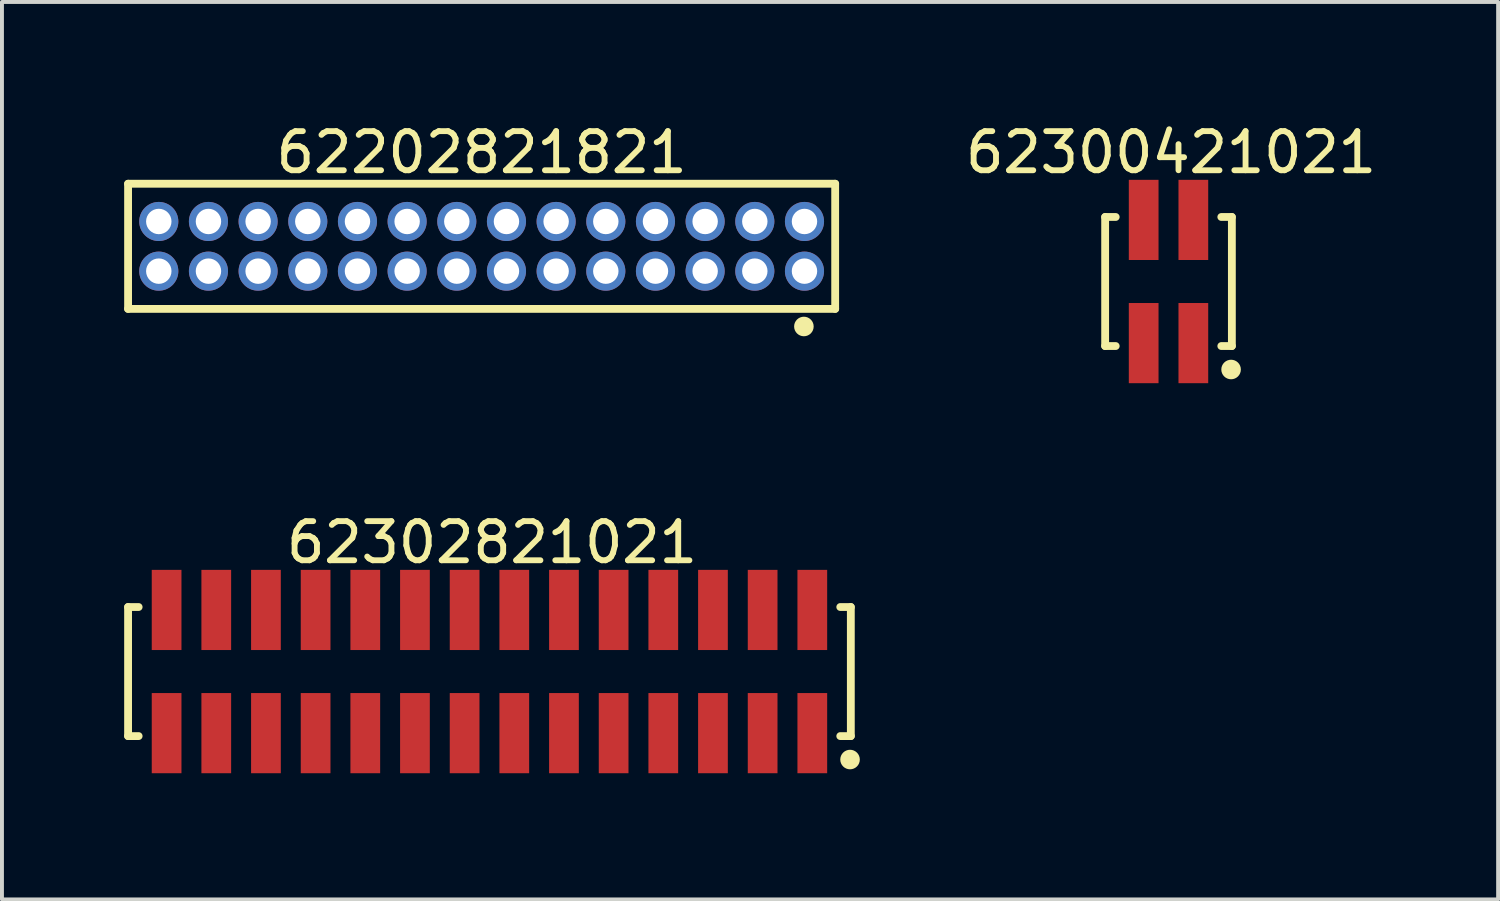
<source format=kicad_pcb>
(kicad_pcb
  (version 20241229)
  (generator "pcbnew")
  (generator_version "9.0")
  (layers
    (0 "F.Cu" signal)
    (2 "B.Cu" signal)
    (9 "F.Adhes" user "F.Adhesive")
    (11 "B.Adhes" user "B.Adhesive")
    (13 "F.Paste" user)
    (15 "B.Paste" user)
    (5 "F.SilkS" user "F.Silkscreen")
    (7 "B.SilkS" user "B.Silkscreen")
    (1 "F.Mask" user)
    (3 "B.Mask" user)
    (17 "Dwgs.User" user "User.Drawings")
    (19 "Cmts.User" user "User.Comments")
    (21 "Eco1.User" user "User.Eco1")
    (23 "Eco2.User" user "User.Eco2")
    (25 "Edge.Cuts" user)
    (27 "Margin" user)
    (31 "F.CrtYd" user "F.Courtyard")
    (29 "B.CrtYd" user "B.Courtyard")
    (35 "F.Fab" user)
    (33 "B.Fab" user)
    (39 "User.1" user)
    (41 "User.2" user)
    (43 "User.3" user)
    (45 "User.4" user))
  (footprint "62302821021"
    (layer "F.Cu")
    (at 9.465 14.121)
    (property "Reference" "62302821021" (at 0.065 -3.3 0) (layer "F.SilkS") (effects (font (size 1 1) (thickness 0.15))))
    (fp_line (start -9.24 -1.65) (end -8.97 -1.65) (stroke (width 0.2) (type solid)) (layer "F.SilkS"))
    (fp_line (start -9.24 1.65) (end -9.24 -1.65) (stroke (width 0.2) (type solid)) (layer "F.SilkS"))
    (fp_line (start -9.24 1.65) (end -8.97 1.65) (stroke (width 0.2) (type solid)) (layer "F.SilkS"))
    (fp_line (start 8.97 -1.65) (end 9.24 -1.65) (stroke (width 0.2) (type solid)) (layer "F.SilkS"))
    (fp_line (start 8.97 1.65) (end 9.24 1.65) (stroke (width 0.2) (type solid)) (layer "F.SilkS"))
    (fp_line (start 9.24 1.65) (end 9.24 -1.65) (stroke (width 0.2) (type solid)) (layer "F.SilkS"))
    (fp_circle (center 9.22 2.25) (end 9.22 2.125) (stroke (width 0.25) (type solid)) (fill no) (layer "F.SilkS"))
    (fp_line (start -9.44 -2.8) (end 9.44 -2.8) (stroke (width 0.05) (type solid)) (layer "Eco2.User"))
    (fp_line (start -9.44 2.8) (end -9.44 -2.8) (stroke (width 0.05) (type solid)) (layer "Eco2.User"))
    (fp_line (start -9.44 2.8) (end 9.44 2.8) (stroke (width 0.05) (type solid)) (layer "Eco2.User"))
    (fp_line (start -9.09 -1.55) (end 9.09 -1.55) (stroke (width 0.1) (type solid)) (layer "Eco2.User"))
    (fp_line (start -9.09 1.55) (end -9.09 -1.55) (stroke (width 0.1) (type solid)) (layer "Eco2.User"))
    (fp_line (start -9.09 1.55) (end 9.09 1.55) (stroke (width 0.1) (type solid)) (layer "Eco2.User"))
    (fp_line (start -8.505 -2.3) (end -8.005 -2.3) (stroke (width 0.1) (type solid)) (layer "Eco2.User"))
    (fp_line (start -8.505 -1.55) (end -8.505 -2.3) (stroke (width 0.1) (type solid)) (layer "Eco2.User"))
    (fp_line (start -8.505 2.3) (end -8.505 1.55) (stroke (width 0.1) (type solid)) (layer "Eco2.User"))
    (fp_line (start -8.505 2.3) (end -8.005 2.3) (stroke (width 0.1) (type solid)) (layer "Eco2.User"))
    (fp_line (start -8.005 -1.55) (end -8.005 -2.3) (stroke (width 0.1) (type solid)) (layer "Eco2.User"))
    (fp_line (start -8.005 2.3) (end -8.005 1.55) (stroke (width 0.1) (type solid)) (layer "Eco2.User"))
    (fp_line (start -7.235 -2.3) (end -6.735 -2.3) (stroke (width 0.1) (type solid)) (layer "Eco2.User"))
    (fp_line (start -7.235 -1.55) (end -7.235 -2.3) (stroke (width 0.1) (type solid)) (layer "Eco2.User"))
    (fp_line (start -7.235 2.3) (end -7.235 1.55) (stroke (width 0.1) (type solid)) (layer "Eco2.User"))
    (fp_line (start -7.235 2.3) (end -6.735 2.3) (stroke (width 0.1) (type solid)) (layer "Eco2.User"))
    (fp_line (start -6.735 -1.55) (end -6.735 -2.3) (stroke (width 0.1) (type solid)) (layer "Eco2.User"))
    (fp_line (start -6.735 2.3) (end -6.735 1.55) (stroke (width 0.1) (type solid)) (layer "Eco2.User"))
    (fp_line (start -5.965 -2.3) (end -5.465 -2.3) (stroke (width 0.1) (type solid)) (layer "Eco2.User"))
    (fp_line (start -5.965 -1.55) (end -5.965 -2.3) (stroke (width 0.1) (type solid)) (layer "Eco2.User"))
    (fp_line (start -5.965 2.3) (end -5.965 1.55) (stroke (width 0.1) (type solid)) (layer "Eco2.User"))
    (fp_line (start -5.965 2.3) (end -5.465 2.3) (stroke (width 0.1) (type solid)) (layer "Eco2.User"))
    (fp_line (start -5.465 -1.55) (end -5.465 -2.3) (stroke (width 0.1) (type solid)) (layer "Eco2.User"))
    (fp_line (start -5.465 2.3) (end -5.465 1.55) (stroke (width 0.1) (type solid)) (layer "Eco2.User"))
    (fp_line (start -4.695 -2.3) (end -4.195 -2.3) (stroke (width 0.1) (type solid)) (layer "Eco2.User"))
    (fp_line (start -4.695 -1.55) (end -4.695 -2.3) (stroke (width 0.1) (type solid)) (layer "Eco2.User"))
    (fp_line (start -4.695 2.3) (end -4.695 1.55) (stroke (width 0.1) (type solid)) (layer "Eco2.User"))
    (fp_line (start -4.695 2.3) (end -4.195 2.3) (stroke (width 0.1) (type solid)) (layer "Eco2.User"))
    (fp_line (start -4.195 -1.55) (end -4.195 -2.3) (stroke (width 0.1) (type solid)) (layer "Eco2.User"))
    (fp_line (start -4.195 2.3) (end -4.195 1.55) (stroke (width 0.1) (type solid)) (layer "Eco2.User"))
    (fp_line (start -3.425 -2.3) (end -2.925 -2.3) (stroke (width 0.1) (type solid)) (layer "Eco2.User"))
    (fp_line (start -3.425 -1.55) (end -3.425 -2.3) (stroke (width 0.1) (type solid)) (layer "Eco2.User"))
    (fp_line (start -3.425 2.3) (end -3.425 1.55) (stroke (width 0.1) (type solid)) (layer "Eco2.User"))
    (fp_line (start -3.425 2.3) (end -2.925 2.3) (stroke (width 0.1) (type solid)) (layer "Eco2.User"))
    (fp_line (start -2.925 -1.55) (end -2.925 -2.3) (stroke (width 0.1) (type solid)) (layer "Eco2.User"))
    (fp_line (start -2.925 2.3) (end -2.925 1.55) (stroke (width 0.1) (type solid)) (layer "Eco2.User"))
    (fp_line (start -2.155 -2.3) (end -1.655 -2.3) (stroke (width 0.1) (type solid)) (layer "Eco2.User"))
    (fp_line (start -2.155 -1.55) (end -2.155 -2.3) (stroke (width 0.1) (type solid)) (layer "Eco2.User"))
    (fp_line (start -2.155 2.3) (end -2.155 1.55) (stroke (width 0.1) (type solid)) (layer "Eco2.User"))
    (fp_line (start -2.155 2.3) (end -1.655 2.3) (stroke (width 0.1) (type solid)) (layer "Eco2.User"))
    (fp_line (start -1.655 -1.55) (end -1.655 -2.3) (stroke (width 0.1) (type solid)) (layer "Eco2.User"))
    (fp_line (start -1.655 2.3) (end -1.655 1.55) (stroke (width 0.1) (type solid)) (layer "Eco2.User"))
    (fp_line (start -0.885 -2.3) (end -0.385 -2.3) (stroke (width 0.1) (type solid)) (layer "Eco2.User"))
    (fp_line (start -0.885 -1.55) (end -0.885 -2.3) (stroke (width 0.1) (type solid)) (layer "Eco2.User"))
    (fp_line (start -0.885 2.3) (end -0.885 1.55) (stroke (width 0.1) (type solid)) (layer "Eco2.User"))
    (fp_line (start -0.885 2.3) (end -0.385 2.3) (stroke (width 0.1) (type solid)) (layer "Eco2.User"))
    (fp_line (start -0.5 0) (end 0.5 0) (stroke (width 0.05) (type solid)) (layer "Eco2.User"))
    (fp_line (start -0.385 -1.55) (end -0.385 -2.3) (stroke (width 0.1) (type solid)) (layer "Eco2.User"))
    (fp_line (start -0.385 2.3) (end -0.385 1.55) (stroke (width 0.1) (type solid)) (layer "Eco2.User"))
    (fp_line (start 0 0.5) (end 0 -0.5) (stroke (width 0.05) (type solid)) (layer "Eco2.User"))
    (fp_line (start 0.385 -2.3) (end 0.885 -2.3) (stroke (width 0.1) (type solid)) (layer "Eco2.User"))
    (fp_line (start 0.385 -1.55) (end 0.385 -2.3) (stroke (width 0.1) (type solid)) (layer "Eco2.User"))
    (fp_line (start 0.385 2.3) (end 0.385 1.55) (stroke (width 0.1) (type solid)) (layer "Eco2.User"))
    (fp_line (start 0.385 2.3) (end 0.885 2.3) (stroke (width 0.1) (type solid)) (layer "Eco2.User"))
    (fp_line (start 0.885 -1.55) (end 0.885 -2.3) (stroke (width 0.1) (type solid)) (layer "Eco2.User"))
    (fp_line (start 0.885 2.3) (end 0.885 1.55) (stroke (width 0.1) (type solid)) (layer "Eco2.User"))
    (fp_line (start 1.655 -2.3) (end 2.155 -2.3) (stroke (width 0.1) (type solid)) (layer "Eco2.User"))
    (fp_line (start 1.655 -1.55) (end 1.655 -2.3) (stroke (width 0.1) (type solid)) (layer "Eco2.User"))
    (fp_line (start 1.655 2.3) (end 1.655 1.55) (stroke (width 0.1) (type solid)) (layer "Eco2.User"))
    (fp_line (start 1.655 2.3) (end 2.155 2.3) (stroke (width 0.1) (type solid)) (layer "Eco2.User"))
    (fp_line (start 2.155 -1.55) (end 2.155 -2.3) (stroke (width 0.1) (type solid)) (layer "Eco2.User"))
    (fp_line (start 2.155 2.3) (end 2.155 1.55) (stroke (width 0.1) (type solid)) (layer "Eco2.User"))
    (fp_line (start 2.925 -2.3) (end 3.425 -2.3) (stroke (width 0.1) (type solid)) (layer "Eco2.User"))
    (fp_line (start 2.925 -1.55) (end 2.925 -2.3) (stroke (width 0.1) (type solid)) (layer "Eco2.User"))
    (fp_line (start 2.925 2.3) (end 2.925 1.55) (stroke (width 0.1) (type solid)) (layer "Eco2.User"))
    (fp_line (start 2.925 2.3) (end 3.425 2.3) (stroke (width 0.1) (type solid)) (layer "Eco2.User"))
    (fp_line (start 3.425 -1.55) (end 3.425 -2.3) (stroke (width 0.1) (type solid)) (layer "Eco2.User"))
    (fp_line (start 3.425 2.3) (end 3.425 1.55) (stroke (width 0.1) (type solid)) (layer "Eco2.User"))
    (fp_line (start 4.195 -2.3) (end 4.695 -2.3) (stroke (width 0.1) (type solid)) (layer "Eco2.User"))
    (fp_line (start 4.195 -1.55) (end 4.195 -2.3) (stroke (width 0.1) (type solid)) (layer "Eco2.User"))
    (fp_line (start 4.195 2.3) (end 4.195 1.55) (stroke (width 0.1) (type solid)) (layer "Eco2.User"))
    (fp_line (start 4.195 2.3) (end 4.695 2.3) (stroke (width 0.1) (type solid)) (layer "Eco2.User"))
    (fp_line (start 4.695 -1.55) (end 4.695 -2.3) (stroke (width 0.1) (type solid)) (layer "Eco2.User"))
    (fp_line (start 4.695 2.3) (end 4.695 1.55) (stroke (width 0.1) (type solid)) (layer "Eco2.User"))
    (fp_line (start 5.465 -2.3) (end 5.965 -2.3) (stroke (width 0.1) (type solid)) (layer "Eco2.User"))
    (fp_line (start 5.465 -1.55) (end 5.465 -2.3) (stroke (width 0.1) (type solid)) (layer "Eco2.User"))
    (fp_line (start 5.465 2.3) (end 5.465 1.55) (stroke (width 0.1) (type solid)) (layer "Eco2.User"))
    (fp_line (start 5.465 2.3) (end 5.965 2.3) (stroke (width 0.1) (type solid)) (layer "Eco2.User"))
    (fp_line (start 5.965 -1.55) (end 5.965 -2.3) (stroke (width 0.1) (type solid)) (layer "Eco2.User"))
    (fp_line (start 5.965 2.3) (end 5.965 1.55) (stroke (width 0.1) (type solid)) (layer "Eco2.User"))
    (fp_line (start 6.735 -2.3) (end 7.235 -2.3) (stroke (width 0.1) (type solid)) (layer "Eco2.User"))
    (fp_line (start 6.735 -1.55) (end 6.735 -2.3) (stroke (width 0.1) (type solid)) (layer "Eco2.User"))
    (fp_line (start 6.735 2.3) (end 6.735 1.55) (stroke (width 0.1) (type solid)) (layer "Eco2.User"))
    (fp_line (start 6.735 2.3) (end 7.235 2.3) (stroke (width 0.1) (type solid)) (layer "Eco2.User"))
    (fp_line (start 7.235 -1.55) (end 7.235 -2.3) (stroke (width 0.1) (type solid)) (layer "Eco2.User"))
    (fp_line (start 7.235 2.3) (end 7.235 1.55) (stroke (width 0.1) (type solid)) (layer "Eco2.User"))
    (fp_line (start 8.005 -2.3) (end 8.505 -2.3) (stroke (width 0.1) (type solid)) (layer "Eco2.User"))
    (fp_line (start 8.005 -1.55) (end 8.005 -2.3) (stroke (width 0.1) (type solid)) (layer "Eco2.User"))
    (fp_line (start 8.005 2.3) (end 8.005 1.55) (stroke (width 0.1) (type solid)) (layer "Eco2.User"))
    (fp_line (start 8.005 2.3) (end 8.505 2.3) (stroke (width 0.1) (type solid)) (layer "Eco2.User"))
    (fp_line (start 8.505 -1.55) (end 8.505 -2.3) (stroke (width 0.1) (type solid)) (layer "Eco2.User"))
    (fp_line (start 8.505 2.3) (end 8.505 1.55) (stroke (width 0.1) (type solid)) (layer "Eco2.User"))
    (fp_line (start 9.09 1.55) (end 9.09 -1.55) (stroke (width 0.1) (type solid)) (layer "Eco2.User"))
    (fp_line (start 9.44 2.8) (end 9.44 -2.8) (stroke (width 0.05) (type solid)) (layer "Eco2.User"))
    (fp_text user "${REFERENCE}" (at 0.1 -0.131 0) (unlocked yes) (layer "User.3") (effects (font (size 1 1) (thickness 0.1))))
    (pad "1" smd rect (at 8.255 1.575 180) (size 0.76 2.05) (layers "F.Cu" "F.Mask" "F.Paste"))
    (pad "2" smd rect (at 8.255 -1.575 180) (size 0.76 2.05) (layers "F.Cu" "F.Mask" "F.Paste"))
    (pad "3" smd rect (at 6.985 1.575 180) (size 0.76 2.05) (layers "F.Cu" "F.Mask" "F.Paste"))
    (pad "4" smd rect (at 6.985 -1.575 180) (size 0.76 2.05) (layers "F.Cu" "F.Mask" "F.Paste"))
    (pad "5" smd rect (at 5.715 1.575 180) (size 0.76 2.05) (layers "F.Cu" "F.Mask" "F.Paste"))
    (pad "6" smd rect (at 5.715 -1.575 180) (size 0.76 2.05) (layers "F.Cu" "F.Mask" "F.Paste"))
    (pad "7" smd rect (at 4.445 1.575 180) (size 0.76 2.05) (layers "F.Cu" "F.Mask" "F.Paste"))
    (pad "8" smd rect (at 4.445 -1.575 180) (size 0.76 2.05) (layers "F.Cu" "F.Mask" "F.Paste"))
    (pad "9" smd rect (at 3.175 1.575 180) (size 0.76 2.05) (layers "F.Cu" "F.Mask" "F.Paste"))
    (pad "10" smd rect (at 3.175 -1.575 180) (size 0.76 2.05) (layers "F.Cu" "F.Mask" "F.Paste"))
    (pad "11" smd rect (at 1.905 1.575 180) (size 0.76 2.05) (layers "F.Cu" "F.Mask" "F.Paste"))
    (pad "12" smd rect (at 1.905 -1.575 180) (size 0.76 2.05) (layers "F.Cu" "F.Mask" "F.Paste"))
    (pad "13" smd rect (at 0.635 1.575 180) (size 0.76 2.05) (layers "F.Cu" "F.Mask" "F.Paste"))
    (pad "14" smd rect (at 0.635 -1.575 180) (size 0.76 2.05) (layers "F.Cu" "F.Mask" "F.Paste"))
    (pad "15" smd rect (at -0.635 1.575 180) (size 0.76 2.05) (layers "F.Cu" "F.Mask" "F.Paste"))
    (pad "16" smd rect (at -0.635 -1.575 180) (size 0.76 2.05) (layers "F.Cu" "F.Mask" "F.Paste"))
    (pad "17" smd rect (at -1.905 1.575 180) (size 0.76 2.05) (layers "F.Cu" "F.Mask" "F.Paste"))
    (pad "18" smd rect (at -1.905 -1.575 180) (size 0.76 2.05) (layers "F.Cu" "F.Mask" "F.Paste"))
    (pad "19" smd rect (at -3.175 1.575 180) (size 0.76 2.05) (layers "F.Cu" "F.Mask" "F.Paste"))
    (pad "20" smd rect (at -3.175 -1.575 180) (size 0.76 2.05) (layers "F.Cu" "F.Mask" "F.Paste"))
    (pad "21" smd rect (at -4.445 1.575 180) (size 0.76 2.05) (layers "F.Cu" "F.Mask" "F.Paste"))
    (pad "22" smd rect (at -4.445 -1.575 180) (size 0.76 2.05) (layers "F.Cu" "F.Mask" "F.Paste"))
    (pad "23" smd rect (at -5.715 1.575 180) (size 0.76 2.05) (layers "F.Cu" "F.Mask" "F.Paste"))
    (pad "24" smd rect (at -5.715 -1.575 180) (size 0.76 2.05) (layers "F.Cu" "F.Mask" "F.Paste"))
    (pad "25" smd rect (at -6.985 1.575 180) (size 0.76 2.05) (layers "F.Cu" "F.Mask" "F.Paste"))
    (pad "26" smd rect (at -6.985 -1.575 180) (size 0.76 2.05) (layers "F.Cu" "F.Mask" "F.Paste"))
    (pad "27" smd rect (at -8.255 1.575 180) (size 0.76 2.05) (layers "F.Cu" "F.Mask" "F.Paste"))
    (pad "28" smd rect (at -8.255 -1.575 180) (size 0.76 2.05) (layers "F.Cu" "F.Mask" "F.Paste")))
  (footprint "62300421021"
    (layer "F.Cu")
    (at 26.828 4.148)
    (property "Reference" "62300421021" (at 0.065 -3.3 0) (layer "F.SilkS") (effects (font (size 1 1) (thickness 0.15))))
    (fp_line (start -1.62 -1.65) (end -1.35 -1.65) (stroke (width 0.2) (type solid)) (layer "F.SilkS"))
    (fp_line (start -1.62 1.65) (end -1.62 -1.65) (stroke (width 0.2) (type solid)) (layer "F.SilkS"))
    (fp_line (start -1.62 1.65) (end -1.35 1.65) (stroke (width 0.2) (type solid)) (layer "F.SilkS"))
    (fp_line (start 1.35 -1.65) (end 1.62 -1.65) (stroke (width 0.2) (type solid)) (layer "F.SilkS"))
    (fp_line (start 1.35 1.65) (end 1.62 1.65) (stroke (width 0.2) (type solid)) (layer "F.SilkS"))
    (fp_line (start 1.62 1.65) (end 1.62 -1.65) (stroke (width 0.2) (type solid)) (layer "F.SilkS"))
    (fp_circle (center 1.6 2.25) (end 1.6 2.125) (stroke (width 0.25) (type solid)) (fill no) (layer "F.SilkS"))
    (fp_line (start -1.82 -2.8) (end 1.82 -2.8) (stroke (width 0.05) (type solid)) (layer "Eco2.User"))
    (fp_line (start -1.82 2.8) (end -1.82 -2.8) (stroke (width 0.05) (type solid)) (layer "Eco2.User"))
    (fp_line (start -1.82 2.8) (end 1.82 2.8) (stroke (width 0.05) (type solid)) (layer "Eco2.User"))
    (fp_line (start -1.47 -1.55) (end 1.47 -1.55) (stroke (width 0.1) (type solid)) (layer "Eco2.User"))
    (fp_line (start -1.47 1.55) (end -1.47 -1.55) (stroke (width 0.1) (type solid)) (layer "Eco2.User"))
    (fp_line (start -1.47 1.55) (end 1.47 1.55) (stroke (width 0.1) (type solid)) (layer "Eco2.User"))
    (fp_line (start -0.885 -2.3) (end -0.385 -2.3) (stroke (width 0.1) (type solid)) (layer "Eco2.User"))
    (fp_line (start -0.885 -1.55) (end -0.885 -2.3) (stroke (width 0.1) (type solid)) (layer "Eco2.User"))
    (fp_line (start -0.885 2.3) (end -0.885 1.55) (stroke (width 0.1) (type solid)) (layer "Eco2.User"))
    (fp_line (start -0.885 2.3) (end -0.385 2.3) (stroke (width 0.1) (type solid)) (layer "Eco2.User"))
    (fp_line (start -0.5 0) (end 0.5 0) (stroke (width 0.05) (type solid)) (layer "Eco2.User"))
    (fp_line (start -0.385 -1.55) (end -0.385 -2.3) (stroke (width 0.1) (type solid)) (layer "Eco2.User"))
    (fp_line (start -0.385 2.3) (end -0.385 1.55) (stroke (width 0.1) (type solid)) (layer "Eco2.User"))
    (fp_line (start 0 0.5) (end 0 -0.5) (stroke (width 0.05) (type solid)) (layer "Eco2.User"))
    (fp_line (start 0.385 -2.3) (end 0.885 -2.3) (stroke (width 0.1) (type solid)) (layer "Eco2.User"))
    (fp_line (start 0.385 -1.55) (end 0.385 -2.3) (stroke (width 0.1) (type solid)) (layer "Eco2.User"))
    (fp_line (start 0.385 2.3) (end 0.385 1.55) (stroke (width 0.1) (type solid)) (layer "Eco2.User"))
    (fp_line (start 0.385 2.3) (end 0.885 2.3) (stroke (width 0.1) (type solid)) (layer "Eco2.User"))
    (fp_line (start 0.885 -1.55) (end 0.885 -2.3) (stroke (width 0.1) (type solid)) (layer "Eco2.User"))
    (fp_line (start 0.885 2.3) (end 0.885 1.55) (stroke (width 0.1) (type solid)) (layer "Eco2.User"))
    (fp_line (start 1.47 1.55) (end 1.47 -1.55) (stroke (width 0.1) (type solid)) (layer "Eco2.User"))
    (fp_line (start 1.82 2.8) (end 1.82 -2.8) (stroke (width 0.05) (type solid)) (layer "Eco2.User"))
    (fp_text user "${REFERENCE}" (at 0.1 -0.131 0) (unlocked yes) (layer "User.3") (effects (font (size 1 1) (thickness 0.1))))
    (pad "1" smd rect (at 0.635 1.575 180) (size 0.76 2.05) (layers "F.Cu" "F.Mask" "F.Paste"))
    (pad "2" smd rect (at 0.635 -1.575 180) (size 0.76 2.05) (layers "F.Cu" "F.Mask" "F.Paste"))
    (pad "3" smd rect (at -0.635 1.575 180) (size 0.76 2.05) (layers "F.Cu" "F.Mask" "F.Paste"))
    (pad "4" smd rect (at -0.635 -1.575 180) (size 0.76 2.05) (layers "F.Cu" "F.Mask" "F.Paste")))
  (footprint "62202821821"
    (layer "F.Cu")
    (at 9.265 3.248)
    (property "Reference" "62202821821" (at 0 -2.4 0) (layer "F.SilkS") (effects (font (size 1 1) (thickness 0.15))))
    (fp_line (start -9.04 -1.6) (end 9.04 -1.6) (stroke (width 0.2) (type solid)) (layer "F.SilkS"))
    (fp_line (start -9.04 1.6) (end -9.04 -1.6) (stroke (width 0.2) (type solid)) (layer "F.SilkS"))
    (fp_line (start -9.04 1.6) (end 9.04 1.6) (stroke (width 0.2) (type solid)) (layer "F.SilkS"))
    (fp_line (start 9.04 1.6) (end 9.04 -1.6) (stroke (width 0.2) (type solid)) (layer "F.SilkS"))
    (fp_circle (center 8.24 2.05) (end 8.24 1.925) (stroke (width 0.25) (type solid)) (fill no) (layer "F.SilkS"))
    (fp_line (start -9.24 -1.8) (end 9.24 -1.8) (stroke (width 0.05) (type solid)) (layer "Eco2.User"))
    (fp_line (start -9.24 1.8) (end -9.24 -1.8) (stroke (width 0.05) (type solid)) (layer "Eco2.User"))
    (fp_line (start -9.24 1.8) (end 9.24 1.8) (stroke (width 0.05) (type solid)) (layer "Eco2.User"))
    (fp_line (start -8.89 -1.5) (end 8.89 -1.5) (stroke (width 0.1) (type solid)) (layer "Eco2.User"))
    (fp_line (start -8.89 1.5) (end -8.89 -1.5) (stroke (width 0.1) (type solid)) (layer "Eco2.User"))
    (fp_line (start -8.89 1.5) (end 8.89 1.5) (stroke (width 0.1) (type solid)) (layer "Eco2.User"))
    (fp_line (start -0.5 0) (end 0.5 0) (stroke (width 0.05) (type solid)) (layer "Eco2.User"))
    (fp_line (start 0 0.5) (end 0 -0.5) (stroke (width 0.05) (type solid)) (layer "Eco2.User"))
    (fp_line (start 8.89 1.5) (end 8.89 -1.5) (stroke (width 0.1) (type solid)) (layer "Eco2.User"))
    (fp_line (start 9.24 1.8) (end 9.24 -1.8) (stroke (width 0.05) (type solid)) (layer "Eco2.User"))
    (fp_text user "${REFERENCE}" (at 0.1 -0.131 0) (unlocked yes) (layer "User.3") (effects (font (size 1 1) (thickness 0.1))))
    (pad "1" thru_hole circle (at 8.255 0.635 180) (size 1 1) (drill 0.65) (layers "*.Cu" "*.Mask"))
    (pad "2" thru_hole circle (at 8.255 -0.635 180) (size 1 1) (drill 0.65) (layers "*.Cu" "*.Mask"))
    (pad "3" thru_hole circle (at 6.985 0.635 180) (size 1 1) (drill 0.65) (layers "*.Cu" "*.Mask"))
    (pad "4" thru_hole circle (at 6.985 -0.635 180) (size 1 1) (drill 0.65) (layers "*.Cu" "*.Mask"))
    (pad "5" thru_hole circle (at 5.715 0.635 180) (size 1 1) (drill 0.65) (layers "*.Cu" "*.Mask"))
    (pad "6" thru_hole circle (at 5.715 -0.635 180) (size 1 1) (drill 0.65) (layers "*.Cu" "*.Mask"))
    (pad "7" thru_hole circle (at 4.445 0.635 180) (size 1 1) (drill 0.65) (layers "*.Cu" "*.Mask"))
    (pad "8" thru_hole circle (at 4.445 -0.635 180) (size 1 1) (drill 0.65) (layers "*.Cu" "*.Mask"))
    (pad "9" thru_hole circle (at 3.175 0.635 180) (size 1 1) (drill 0.65) (layers "*.Cu" "*.Mask"))
    (pad "10" thru_hole circle (at 3.175 -0.635 180) (size 1 1) (drill 0.65) (layers "*.Cu" "*.Mask"))
    (pad "11" thru_hole circle (at 1.905 0.635 180) (size 1 1) (drill 0.65) (layers "*.Cu" "*.Mask"))
    (pad "12" thru_hole circle (at 1.905 -0.635 180) (size 1 1) (drill 0.65) (layers "*.Cu" "*.Mask"))
    (pad "13" thru_hole circle (at 0.635 0.635 180) (size 1 1) (drill 0.65) (layers "*.Cu" "*.Mask"))
    (pad "14" thru_hole circle (at 0.635 -0.635 180) (size 1 1) (drill 0.65) (layers "*.Cu" "*.Mask"))
    (pad "15" thru_hole circle (at -0.635 0.635 180) (size 1 1) (drill 0.65) (layers "*.Cu" "*.Mask"))
    (pad "16" thru_hole circle (at -0.635 -0.635 180) (size 1 1) (drill 0.65) (layers "*.Cu" "*.Mask"))
    (pad "17" thru_hole circle (at -1.905 0.635 180) (size 1 1) (drill 0.65) (layers "*.Cu" "*.Mask"))
    (pad "18" thru_hole circle (at -1.905 -0.635 180) (size 1 1) (drill 0.65) (layers "*.Cu" "*.Mask"))
    (pad "19" thru_hole circle (at -3.175 0.635 180) (size 1 1) (drill 0.65) (layers "*.Cu" "*.Mask"))
    (pad "20" thru_hole circle (at -3.175 -0.635 180) (size 1 1) (drill 0.65) (layers "*.Cu" "*.Mask"))
    (pad "21" thru_hole circle (at -4.445 0.635 180) (size 1 1) (drill 0.65) (layers "*.Cu" "*.Mask"))
    (pad "22" thru_hole circle (at -4.445 -0.635 180) (size 1 1) (drill 0.65) (layers "*.Cu" "*.Mask"))
    (pad "23" thru_hole circle (at -5.715 0.635 180) (size 1 1) (drill 0.65) (layers "*.Cu" "*.Mask"))
    (pad "24" thru_hole circle (at -5.715 -0.635 180) (size 1 1) (drill 0.65) (layers "*.Cu" "*.Mask"))
    (pad "25" thru_hole circle (at -6.985 0.635 180) (size 1 1) (drill 0.65) (layers "*.Cu" "*.Mask"))
    (pad "26" thru_hole circle (at -6.985 -0.635 180) (size 1 1) (drill 0.65) (layers "*.Cu" "*.Mask"))
    (pad "27" thru_hole circle (at -8.255 0.635 180) (size 1 1) (drill 0.65) (layers "*.Cu" "*.Mask"))
    (pad "28" thru_hole circle (at -8.255 -0.635 180) (size 1 1) (drill 0.65) (layers "*.Cu" "*.Mask")))
  (gr_rect
    (start -3 -3)
    (end 35.256 19.947)
    (stroke (width 0.1) (type default))
    (fill no)
    (layer "Edge.Cuts")))
</source>
